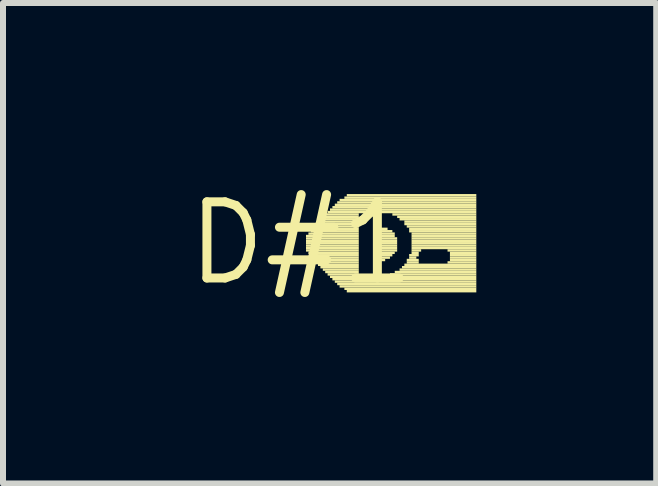
<source format=kicad_pcb>
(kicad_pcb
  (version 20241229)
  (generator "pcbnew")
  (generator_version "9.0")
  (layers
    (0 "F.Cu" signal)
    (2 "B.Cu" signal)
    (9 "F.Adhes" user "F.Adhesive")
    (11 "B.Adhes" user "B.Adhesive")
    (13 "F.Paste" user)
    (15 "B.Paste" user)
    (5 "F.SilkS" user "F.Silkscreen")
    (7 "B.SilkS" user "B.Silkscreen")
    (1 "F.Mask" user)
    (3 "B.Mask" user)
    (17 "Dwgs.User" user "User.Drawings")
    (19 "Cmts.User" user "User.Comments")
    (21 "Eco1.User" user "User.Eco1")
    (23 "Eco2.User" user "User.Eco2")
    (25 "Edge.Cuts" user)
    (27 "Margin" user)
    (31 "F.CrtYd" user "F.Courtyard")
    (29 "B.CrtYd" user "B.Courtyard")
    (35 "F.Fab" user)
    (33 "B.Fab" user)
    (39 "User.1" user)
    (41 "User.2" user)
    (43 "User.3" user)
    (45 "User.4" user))
  (footprint "D#1"
    (layer "F.Cu")
    (at 1.973 1.006)
    (property "Reference" "D#1" (at 0 0 0) (layer "F.SilkS") (effects (font (size 1.27 1.27) (thickness 0.15))))
    (fp_poly (pts (xy 0.08 -0.1) (xy 0.96 -0.1) (xy 0.96 -0.14) (xy 0.08 -0.14)) (stroke (width 0) (type default)) (fill yes) (layer "F.SilkS"))
    (fp_poly (pts (xy 0.08 -0.06) (xy 0.96 -0.06) (xy 0.96 -0.1) (xy 0.08 -0.1)) (stroke (width 0) (type default)) (fill yes) (layer "F.SilkS"))
    (fp_poly (pts (xy 0.08 -0.02) (xy 0.96 -0.02) (xy 0.96 -0.06) (xy 0.08 -0.06)) (stroke (width 0) (type default)) (fill yes) (layer "F.SilkS"))
    (fp_poly (pts (xy 0.08 0.02) (xy 0.96 0.02) (xy 0.96 -0.02) (xy 0.08 -0.02)) (stroke (width 0) (type default)) (fill yes) (layer "F.SilkS"))
    (fp_poly (pts (xy 0.08 0.06) (xy 0.96 0.06) (xy 0.96 0.02) (xy 0.08 0.02)) (stroke (width 0) (type default)) (fill yes) (layer "F.SilkS"))
    (fp_poly (pts (xy 0.08 0.1) (xy 0.96 0.1) (xy 0.96 0.06) (xy 0.08 0.06)) (stroke (width 0) (type default)) (fill yes) (layer "F.SilkS"))
    (fp_poly (pts (xy 0.08 0.14) (xy 0.96 0.14) (xy 0.96 0.1) (xy 0.08 0.1)) (stroke (width 0) (type default)) (fill yes) (layer "F.SilkS"))
    (fp_poly (pts (xy 0.12 -0.14) (xy 0.96 -0.14) (xy 0.96 -0.18) (xy 0.12 -0.18)) (stroke (width 0) (type default)) (fill yes) (layer "F.SilkS"))
    (fp_poly (pts (xy 0.12 0.18) (xy 0.96 0.18) (xy 0.96 0.14) (xy 0.12 0.14)) (stroke (width 0) (type default)) (fill yes) (layer "F.SilkS"))
    (fp_poly (pts (xy 0.16 -0.22) (xy 0.96 -0.22) (xy 0.96 -0.26) (xy 0.16 -0.26)) (stroke (width 0) (type default)) (fill yes) (layer "F.SilkS"))
    (fp_poly (pts (xy 0.16 -0.18) (xy 0.96 -0.18) (xy 0.96 -0.22) (xy 0.16 -0.22)) (stroke (width 0) (type default)) (fill yes) (layer "F.SilkS"))
    (fp_poly (pts (xy 0.16 0.22) (xy 0.96 0.22) (xy 0.96 0.18) (xy 0.16 0.18)) (stroke (width 0) (type default)) (fill yes) (layer "F.SilkS"))
    (fp_poly (pts (xy 0.16 0.26) (xy 0.96 0.26) (xy 0.96 0.22) (xy 0.16 0.22)) (stroke (width 0) (type default)) (fill yes) (layer "F.SilkS"))
    (fp_poly (pts (xy 0.2 -0.26) (xy 0.96 -0.26) (xy 0.96 -0.3) (xy 0.2 -0.3)) (stroke (width 0) (type default)) (fill yes) (layer "F.SilkS"))
    (fp_poly (pts (xy 0.2 0.3) (xy 0.96 0.3) (xy 0.96 0.26) (xy 0.2 0.26)) (stroke (width 0) (type default)) (fill yes) (layer "F.SilkS"))
    (fp_poly (pts (xy 0.24 -0.3) (xy 0.96 -0.3) (xy 0.96 -0.34) (xy 0.24 -0.34)) (stroke (width 0) (type default)) (fill yes) (layer "F.SilkS"))
    (fp_poly (pts (xy 0.24 0.34) (xy 0.96 0.34) (xy 0.96 0.3) (xy 0.24 0.3)) (stroke (width 0) (type default)) (fill yes) (layer "F.SilkS"))
    (fp_poly (pts (xy 0.28 -0.34) (xy 0.96 -0.34) (xy 0.96 -0.38) (xy 0.28 -0.38)) (stroke (width 0) (type default)) (fill yes) (layer "F.SilkS"))
    (fp_poly (pts (xy 0.28 0.38) (xy 0.96 0.38) (xy 0.96 0.34) (xy 0.28 0.34)) (stroke (width 0) (type default)) (fill yes) (layer "F.SilkS"))
    (fp_poly (pts (xy 0.32 -0.38) (xy 0.96 -0.38) (xy 0.96 -0.42) (xy 0.32 -0.42)) (stroke (width 0) (type default)) (fill yes) (layer "F.SilkS"))
    (fp_poly (pts (xy 0.32 0.42) (xy 0.96 0.42) (xy 0.96 0.38) (xy 0.32 0.38)) (stroke (width 0) (type default)) (fill yes) (layer "F.SilkS"))
    (fp_poly (pts (xy 0.36 -0.42) (xy 0.96 -0.42) (xy 0.96 -0.46) (xy 0.36 -0.46)) (stroke (width 0) (type default)) (fill yes) (layer "F.SilkS"))
    (fp_poly (pts (xy 0.36 0.46) (xy 0.96 0.46) (xy 0.96 0.42) (xy 0.36 0.42)) (stroke (width 0) (type default)) (fill yes) (layer "F.SilkS"))
    (fp_poly (pts (xy 0.4 -0.46) (xy 0.96 -0.46) (xy 0.96 -0.5) (xy 0.4 -0.5)) (stroke (width 0) (type default)) (fill yes) (layer "F.SilkS"))
    (fp_poly (pts (xy 0.4 0.5) (xy 0.96 0.5) (xy 0.96 0.46) (xy 0.4 0.46)) (stroke (width 0) (type default)) (fill yes) (layer "F.SilkS"))
    (fp_poly (pts (xy 0.44 -0.5) (xy 2.92 -0.5) (xy 2.92 -0.54) (xy 0.44 -0.54)) (stroke (width 0) (type default)) (fill yes) (layer "F.SilkS"))
    (fp_poly (pts (xy 0.44 0.54) (xy 0.96 0.54) (xy 0.96 0.5) (xy 0.44 0.5)) (stroke (width 0) (type default)) (fill yes) (layer "F.SilkS"))
    (fp_poly (pts (xy 0.48 -0.54) (xy 2.92 -0.54) (xy 2.92 -0.58) (xy 0.48 -0.58)) (stroke (width 0) (type default)) (fill yes) (layer "F.SilkS"))
    (fp_poly (pts (xy 0.48 0.58) (xy 2.92 0.58) (xy 2.92 0.54) (xy 0.48 0.54)) (stroke (width 0) (type default)) (fill yes) (layer "F.SilkS"))
    (fp_poly (pts (xy 0.52 -0.58) (xy 2.92 -0.58) (xy 2.92 -0.62) (xy 0.52 -0.62)) (stroke (width 0) (type default)) (fill yes) (layer "F.SilkS"))
    (fp_poly (pts (xy 0.52 0.62) (xy 2.92 0.62) (xy 2.92 0.58) (xy 0.52 0.58)) (stroke (width 0) (type default)) (fill yes) (layer "F.SilkS"))
    (fp_poly (pts (xy 0.56 -0.62) (xy 2.92 -0.62) (xy 2.92 -0.66) (xy 0.56 -0.66)) (stroke (width 0) (type default)) (fill yes) (layer "F.SilkS"))
    (fp_poly (pts (xy 0.56 0.66) (xy 2.92 0.66) (xy 2.92 0.62) (xy 0.56 0.62)) (stroke (width 0) (type default)) (fill yes) (layer "F.SilkS"))
    (fp_poly (pts (xy 0.6 -0.66) (xy 2.92 -0.66) (xy 2.92 -0.7) (xy 0.6 -0.7)) (stroke (width 0) (type default)) (fill yes) (layer "F.SilkS"))
    (fp_poly (pts (xy 0.6 0.7) (xy 2.92 0.7) (xy 2.92 0.66) (xy 0.6 0.66)) (stroke (width 0) (type default)) (fill yes) (layer "F.SilkS"))
    (fp_poly (pts (xy 0.64 -0.7) (xy 2.92 -0.7) (xy 2.92 -0.74) (xy 0.64 -0.74)) (stroke (width 0) (type default)) (fill yes) (layer "F.SilkS"))
    (fp_poly (pts (xy 0.64 0.74) (xy 2.92 0.74) (xy 2.92 0.7) (xy 0.64 0.7)) (stroke (width 0) (type default)) (fill yes) (layer "F.SilkS"))
    (fp_poly (pts (xy 0.72 -0.74) (xy 2.92 -0.74) (xy 2.92 -0.78) (xy 0.72 -0.78)) (stroke (width 0) (type default)) (fill yes) (layer "F.SilkS"))
    (fp_poly (pts (xy 0.72 0.78) (xy 2.92 0.78) (xy 2.92 0.74) (xy 0.72 0.74)) (stroke (width 0) (type default)) (fill yes) (layer "F.SilkS"))
    (fp_poly (pts (xy 0.76 -0.78) (xy 2.92 -0.78) (xy 2.92 -0.82) (xy 0.76 -0.82)) (stroke (width 0) (type default)) (fill yes) (layer "F.SilkS"))
    (fp_poly (pts (xy 0.76 0.82) (xy 2.92 0.82) (xy 2.92 0.78) (xy 0.76 0.78)) (stroke (width 0) (type default)) (fill yes) (layer "F.SilkS"))
    (fp_poly (pts (xy 1.2 -0.22) (xy 1.44 -0.22) (xy 1.44 -0.26) (xy 1.2 -0.26)) (stroke (width 0) (type default)) (fill yes) (layer "F.SilkS"))
    (fp_poly (pts (xy 1.2 -0.18) (xy 1.52 -0.18) (xy 1.52 -0.22) (xy 1.2 -0.22)) (stroke (width 0) (type default)) (fill yes) (layer "F.SilkS"))
    (fp_poly (pts (xy 1.2 -0.14) (xy 1.56 -0.14) (xy 1.56 -0.18) (xy 1.2 -0.18)) (stroke (width 0) (type default)) (fill yes) (layer "F.SilkS"))
    (fp_poly (pts (xy 1.2 -0.1) (xy 1.56 -0.1) (xy 1.56 -0.14) (xy 1.2 -0.14)) (stroke (width 0) (type default)) (fill yes) (layer "F.SilkS"))
    (fp_poly (pts (xy 1.2 -0.06) (xy 1.6 -0.06) (xy 1.6 -0.1) (xy 1.2 -0.1)) (stroke (width 0) (type default)) (fill yes) (layer "F.SilkS"))
    (fp_poly (pts (xy 1.2 -0.02) (xy 1.6 -0.02) (xy 1.6 -0.06) (xy 1.2 -0.06)) (stroke (width 0) (type default)) (fill yes) (layer "F.SilkS"))
    (fp_poly (pts (xy 1.2 0.02) (xy 1.6 0.02) (xy 1.6 -0.02) (xy 1.2 -0.02)) (stroke (width 0) (type default)) (fill yes) (layer "F.SilkS"))
    (fp_poly (pts (xy 1.2 0.06) (xy 1.6 0.06) (xy 1.6 0.02) (xy 1.2 0.02)) (stroke (width 0) (type default)) (fill yes) (layer "F.SilkS"))
    (fp_poly (pts (xy 1.2 0.1) (xy 1.6 0.1) (xy 1.6 0.06) (xy 1.2 0.06)) (stroke (width 0) (type default)) (fill yes) (layer "F.SilkS"))
    (fp_poly (pts (xy 1.2 0.14) (xy 1.6 0.14) (xy 1.6 0.1) (xy 1.2 0.1)) (stroke (width 0) (type default)) (fill yes) (layer "F.SilkS"))
    (fp_poly (pts (xy 1.2 0.18) (xy 1.56 0.18) (xy 1.56 0.14) (xy 1.2 0.14)) (stroke (width 0) (type default)) (fill yes) (layer "F.SilkS"))
    (fp_poly (pts (xy 1.2 0.22) (xy 1.52 0.22) (xy 1.52 0.18) (xy 1.2 0.18)) (stroke (width 0) (type default)) (fill yes) (layer "F.SilkS"))
    (fp_poly (pts (xy 1.2 0.26) (xy 1.48 0.26) (xy 1.48 0.22) (xy 1.2 0.22)) (stroke (width 0) (type default)) (fill yes) (layer "F.SilkS"))
    (fp_poly (pts (xy 1.2 0.3) (xy 1.4 0.3) (xy 1.4 0.26) (xy 1.2 0.26)) (stroke (width 0) (type default)) (fill yes) (layer "F.SilkS"))
    (fp_poly (pts (xy 1.48 0.54) (xy 2.92 0.54) (xy 2.92 0.5) (xy 1.48 0.5)) (stroke (width 0) (type default)) (fill yes) (layer "F.SilkS"))
    (fp_poly (pts (xy 1.52 -0.46) (xy 2.92 -0.46) (xy 2.92 -0.5) (xy 1.52 -0.5)) (stroke (width 0) (type default)) (fill yes) (layer "F.SilkS"))
    (fp_poly (pts (xy 1.56 0.5) (xy 2.92 0.5) (xy 2.92 0.46) (xy 1.56 0.46)) (stroke (width 0) (type default)) (fill yes) (layer "F.SilkS"))
    (fp_poly (pts (xy 1.6 -0.42) (xy 2.92 -0.42) (xy 2.92 -0.46) (xy 1.6 -0.46)) (stroke (width 0) (type default)) (fill yes) (layer "F.SilkS"))
    (fp_poly (pts (xy 1.64 -0.38) (xy 2.92 -0.38) (xy 2.92 -0.42) (xy 1.64 -0.42)) (stroke (width 0) (type default)) (fill yes) (layer "F.SilkS"))
    (fp_poly (pts (xy 1.64 0.46) (xy 2.92 0.46) (xy 2.92 0.42) (xy 1.64 0.42)) (stroke (width 0) (type default)) (fill yes) (layer "F.SilkS"))
    (fp_poly (pts (xy 1.68 0.42) (xy 2.92 0.42) (xy 2.92 0.38) (xy 1.68 0.38)) (stroke (width 0) (type default)) (fill yes) (layer "F.SilkS"))
    (fp_poly (pts (xy 1.72 -0.34) (xy 2.92 -0.34) (xy 2.92 -0.38) (xy 1.72 -0.38)) (stroke (width 0) (type default)) (fill yes) (layer "F.SilkS"))
    (fp_poly (pts (xy 1.72 -0.3) (xy 2.92 -0.3) (xy 2.92 -0.34) (xy 1.72 -0.34)) (stroke (width 0) (type default)) (fill yes) (layer "F.SilkS"))
    (fp_poly (pts (xy 1.72 0.38) (xy 2.92 0.38) (xy 2.92 0.34) (xy 1.72 0.34)) (stroke (width 0) (type default)) (fill yes) (layer "F.SilkS"))
    (fp_poly (pts (xy 1.76 -0.26) (xy 2.92 -0.26) (xy 2.92 -0.3) (xy 1.76 -0.3)) (stroke (width 0) (type default)) (fill yes) (layer "F.SilkS"))
    (fp_poly (pts (xy 1.76 0.3) (xy 1.96 0.3) (xy 1.96 0.26) (xy 1.76 0.26)) (stroke (width 0) (type default)) (fill yes) (layer "F.SilkS"))
    (fp_poly (pts (xy 1.76 0.34) (xy 1.96 0.34) (xy 1.96 0.3) (xy 1.76 0.3)) (stroke (width 0) (type default)) (fill yes) (layer "F.SilkS"))
    (fp_poly (pts (xy 1.8 -0.22) (xy 2.92 -0.22) (xy 2.92 -0.26) (xy 1.8 -0.26)) (stroke (width 0) (type default)) (fill yes) (layer "F.SilkS"))
    (fp_poly (pts (xy 1.8 -0.18) (xy 2.92 -0.18) (xy 2.92 -0.22) (xy 1.8 -0.22)) (stroke (width 0) (type default)) (fill yes) (layer "F.SilkS"))
    (fp_poly (pts (xy 1.8 0.22) (xy 1.96 0.22) (xy 1.96 0.18) (xy 1.8 0.18)) (stroke (width 0) (type default)) (fill yes) (layer "F.SilkS"))
    (fp_poly (pts (xy 1.8 0.26) (xy 1.92 0.26) (xy 1.92 0.22) (xy 1.8 0.22)) (stroke (width 0) (type default)) (fill yes) (layer "F.SilkS"))
    (fp_poly (pts (xy 1.84 -0.14) (xy 2.92 -0.14) (xy 2.92 -0.18) (xy 1.84 -0.18)) (stroke (width 0) (type default)) (fill yes) (layer "F.SilkS"))
    (fp_poly (pts (xy 1.84 -0.1) (xy 2.92 -0.1) (xy 2.92 -0.14) (xy 1.84 -0.14)) (stroke (width 0) (type default)) (fill yes) (layer "F.SilkS"))
    (fp_poly (pts (xy 1.84 -0.06) (xy 2.92 -0.06) (xy 2.92 -0.1) (xy 1.84 -0.1)) (stroke (width 0) (type default)) (fill yes) (layer "F.SilkS"))
    (fp_poly (pts (xy 1.84 -0.02) (xy 2.92 -0.02) (xy 2.92 -0.06) (xy 1.84 -0.06)) (stroke (width 0) (type default)) (fill yes) (layer "F.SilkS"))
    (fp_poly (pts (xy 1.84 0.02) (xy 2.92 0.02) (xy 2.92 -0.02) (xy 1.84 -0.02)) (stroke (width 0) (type default)) (fill yes) (layer "F.SilkS"))
    (fp_poly (pts (xy 1.84 0.06) (xy 2.92 0.06) (xy 2.92 0.02) (xy 1.84 0.02)) (stroke (width 0) (type default)) (fill yes) (layer "F.SilkS"))
    (fp_poly (pts (xy 1.84 0.1) (xy 2.92 0.1) (xy 2.92 0.06) (xy 1.84 0.06)) (stroke (width 0) (type default)) (fill yes) (layer "F.SilkS"))
    (fp_poly (pts (xy 1.84 0.14) (xy 2 0.14) (xy 2 0.1) (xy 1.84 0.1)) (stroke (width 0) (type default)) (fill yes) (layer "F.SilkS"))
    (fp_poly (pts (xy 1.84 0.18) (xy 1.96 0.18) (xy 1.96 0.14) (xy 1.84 0.14)) (stroke (width 0) (type default)) (fill yes) (layer "F.SilkS"))
    (fp_poly (pts (xy 2.44 0.14) (xy 2.92 0.14) (xy 2.92 0.1) (xy 2.44 0.1)) (stroke (width 0) (type default)) (fill yes) (layer "F.SilkS"))
    (fp_poly (pts (xy 2.44 0.34) (xy 2.92 0.34) (xy 2.92 0.3) (xy 2.44 0.3)) (stroke (width 0) (type default)) (fill yes) (layer "F.SilkS"))
    (fp_poly (pts (xy 2.48 0.18) (xy 2.92 0.18) (xy 2.92 0.14) (xy 2.48 0.14)) (stroke (width 0) (type default)) (fill yes) (layer "F.SilkS"))
    (fp_poly (pts (xy 2.48 0.22) (xy 2.92 0.22) (xy 2.92 0.18) (xy 2.48 0.18)) (stroke (width 0) (type default)) (fill yes) (layer "F.SilkS"))
    (fp_poly (pts (xy 2.48 0.26) (xy 2.92 0.26) (xy 2.92 0.22) (xy 2.48 0.22)) (stroke (width 0) (type default)) (fill yes) (layer "F.SilkS"))
    (fp_poly (pts (xy 2.48 0.3) (xy 2.92 0.3) (xy 2.92 0.26) (xy 2.48 0.26)) (stroke (width 0) (type default)) (fill yes) (layer "F.SilkS")))
  (gr_rect
    (start -3 -3)
    (end 7.893 5.012)
    (stroke (width 0.1) (type default))
    (fill no)
    (layer "Edge.Cuts")))
</source>
